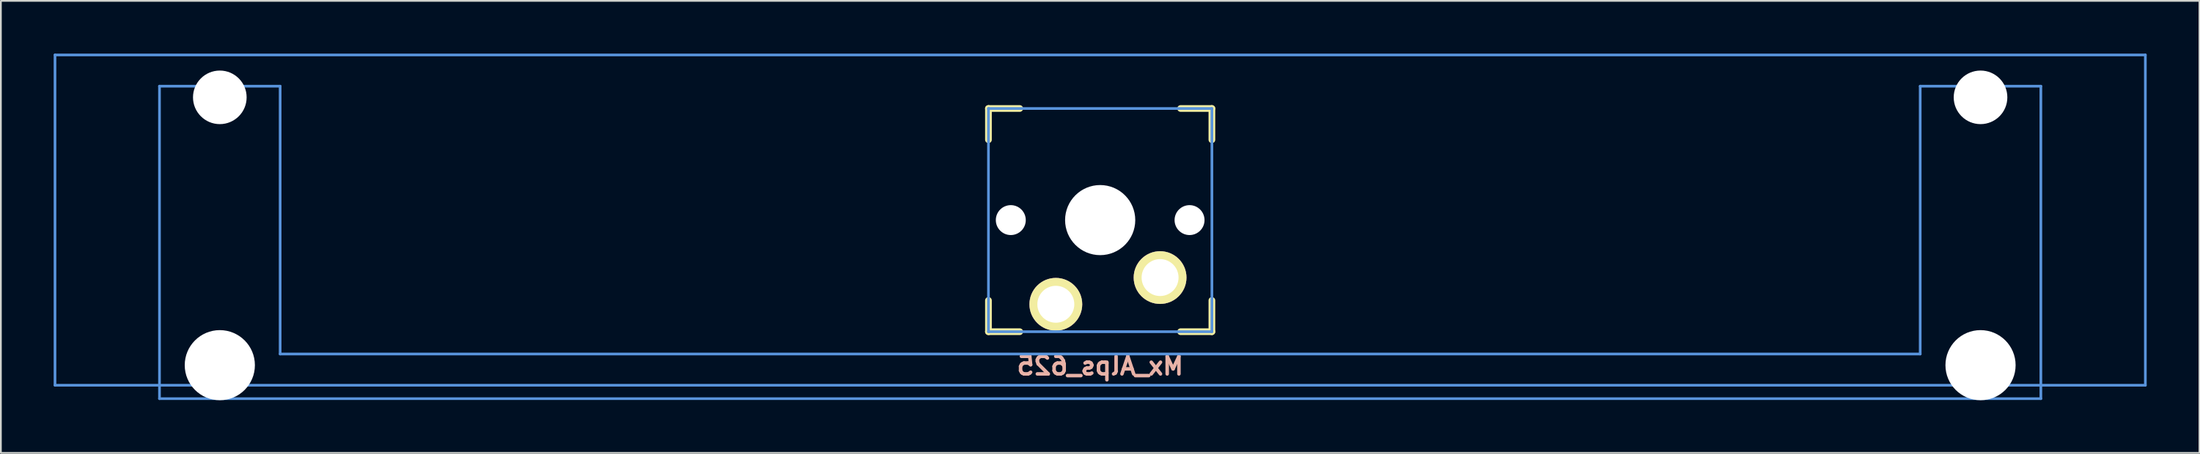
<source format=kicad_pcb>
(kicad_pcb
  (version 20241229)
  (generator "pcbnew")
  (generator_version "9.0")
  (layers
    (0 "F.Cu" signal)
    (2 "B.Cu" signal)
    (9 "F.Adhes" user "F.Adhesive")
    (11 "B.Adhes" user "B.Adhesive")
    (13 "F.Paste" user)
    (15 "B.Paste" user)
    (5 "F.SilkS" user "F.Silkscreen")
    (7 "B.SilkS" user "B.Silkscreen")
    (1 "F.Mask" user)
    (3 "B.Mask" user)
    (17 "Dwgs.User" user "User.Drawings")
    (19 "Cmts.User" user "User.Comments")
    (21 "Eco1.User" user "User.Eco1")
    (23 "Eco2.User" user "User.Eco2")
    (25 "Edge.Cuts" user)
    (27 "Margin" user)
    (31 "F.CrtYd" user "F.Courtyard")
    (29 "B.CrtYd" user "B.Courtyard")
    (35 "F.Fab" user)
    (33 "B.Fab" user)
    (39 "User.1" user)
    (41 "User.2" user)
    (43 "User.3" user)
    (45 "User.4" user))
  (footprint "Mx_Alps_625"
    (layer "F.Cu")
    (at 59.482 9.474)
    (property "Reference" "Mx_Alps_625" (at 0 8.3 0) (layer "B.SilkS") (effects (font (size 1 1) (thickness 0.2)) (justify mirror)))
    (attr through_hole)
    (fp_line (start -6.35 -6.35) (end -4.572 -6.35) (stroke (width 0.381) (type solid)) (layer "F.SilkS"))
    (fp_line (start -6.35 -4.572) (end -6.35 -6.35) (stroke (width 0.381) (type solid)) (layer "F.SilkS"))
    (fp_line (start -6.35 6.35) (end -6.35 4.572) (stroke (width 0.381) (type solid)) (layer "F.SilkS"))
    (fp_line (start -4.572 6.35) (end -6.35 6.35) (stroke (width 0.381) (type solid)) (layer "F.SilkS"))
    (fp_line (start 4.572 -6.35) (end 6.35 -6.35) (stroke (width 0.381) (type solid)) (layer "F.SilkS"))
    (fp_line (start 6.35 -6.35) (end 6.35 -4.572) (stroke (width 0.381) (type solid)) (layer "F.SilkS"))
    (fp_line (start 6.35 4.572) (end 6.35 6.35) (stroke (width 0.381) (type solid)) (layer "F.SilkS"))
    (fp_line (start 6.35 6.35) (end 4.572 6.35) (stroke (width 0.381) (type solid)) (layer "F.SilkS"))
    (fp_line (start -59.406 -9.398) (end 59.406 -9.398) (stroke (width 0.152) (type solid)) (layer "Cmts.User"))
    (fp_line (start -59.406 9.398) (end -59.406 -9.398) (stroke (width 0.152) (type solid)) (layer "Cmts.User"))
    (fp_line (start -53.467 -7.62) (end -53.467 10.16) (stroke (width 0.152) (type solid)) (layer "Cmts.User"))
    (fp_line (start -53.467 10.16) (end 53.467 10.16) (stroke (width 0.152) (type solid)) (layer "Cmts.User"))
    (fp_line (start -46.609 -7.62) (end -53.467 -7.62) (stroke (width 0.152) (type solid)) (layer "Cmts.User"))
    (fp_line (start -46.609 7.62) (end -46.609 -7.62) (stroke (width 0.152) (type solid)) (layer "Cmts.User"))
    (fp_line (start -6.35 -6.35) (end 6.35 -6.35) (stroke (width 0.152) (type solid)) (layer "Cmts.User"))
    (fp_line (start -6.35 6.35) (end -6.35 -6.35) (stroke (width 0.152) (type solid)) (layer "Cmts.User"))
    (fp_line (start 6.35 -6.35) (end 6.35 6.35) (stroke (width 0.152) (type solid)) (layer "Cmts.User"))
    (fp_line (start 6.35 6.35) (end -6.35 6.35) (stroke (width 0.152) (type solid)) (layer "Cmts.User"))
    (fp_line (start 46.609 -7.62) (end 46.609 7.62) (stroke (width 0.152) (type solid)) (layer "Cmts.User"))
    (fp_line (start 46.609 7.62) (end -46.609 7.62) (stroke (width 0.152) (type solid)) (layer "Cmts.User"))
    (fp_line (start 53.467 -7.62) (end 46.609 -7.62) (stroke (width 0.152) (type solid)) (layer "Cmts.User"))
    (fp_line (start 53.467 10.16) (end 53.467 -7.62) (stroke (width 0.152) (type solid)) (layer "Cmts.User"))
    (fp_line (start 59.406 -9.398) (end 59.406 9.398) (stroke (width 0.152) (type solid)) (layer "Cmts.User"))
    (fp_line (start 59.406 9.398) (end -59.406 9.398) (stroke (width 0.152) (type solid)) (layer "Cmts.User"))
    (fp_line (start -54.229 -2.286) (end -53.365 -2.286) (stroke (width 0.152) (type solid)) (layer "Eco2.User"))
    (fp_line (start -54.229 0.508) (end -54.229 -2.286) (stroke (width 0.152) (type solid)) (layer "Eco2.User"))
    (fp_line (start -53.365 -5.69) (end -46.711 -5.69) (stroke (width 0.152) (type solid)) (layer "Eco2.User"))
    (fp_line (start -53.365 -2.286) (end -53.365 -5.69) (stroke (width 0.152) (type solid)) (layer "Eco2.User"))
    (fp_line (start -53.365 0.508) (end -54.229 0.508) (stroke (width 0.152) (type solid)) (layer "Eco2.User"))
    (fp_line (start -53.365 6.604) (end -53.365 0.508) (stroke (width 0.152) (type solid)) (layer "Eco2.User"))
    (fp_line (start -52.324 6.604) (end -53.365 6.604) (stroke (width 0.152) (type solid)) (layer "Eco2.User"))
    (fp_line (start -52.324 7.772) (end -52.324 6.604) (stroke (width 0.152) (type solid)) (layer "Eco2.User"))
    (fp_line (start -47.752 6.604) (end -47.752 7.772) (stroke (width 0.152) (type solid)) (layer "Eco2.User"))
    (fp_line (start -47.752 7.772) (end -52.324 7.772) (stroke (width 0.152) (type solid)) (layer "Eco2.User"))
    (fp_line (start -46.711 -5.69) (end -46.711 -2.286) (stroke (width 0.152) (type solid)) (layer "Eco2.User"))
    (fp_line (start -46.711 -2.286) (end -6.985 -2.286) (stroke (width 0.152) (type solid)) (layer "Eco2.User"))
    (fp_line (start -46.711 2.286) (end -46.711 6.604) (stroke (width 0.152) (type solid)) (layer "Eco2.User"))
    (fp_line (start -46.711 6.604) (end -47.752 6.604) (stroke (width 0.152) (type solid)) (layer "Eco2.User"))
    (fp_line (start -6.985 -6.985) (end 6.985 -6.985) (stroke (width 0.152) (type solid)) (layer "Eco2.User"))
    (fp_line (start -6.985 -2.286) (end -6.985 -6.985) (stroke (width 0.152) (type solid)) (layer "Eco2.User"))
    (fp_line (start -6.985 2.286) (end -46.711 2.286) (stroke (width 0.152) (type solid)) (layer "Eco2.User"))
    (fp_line (start -6.985 6.985) (end -6.985 2.286) (stroke (width 0.152) (type solid)) (layer "Eco2.User"))
    (fp_line (start 6.985 -6.985) (end 6.985 -2.286) (stroke (width 0.152) (type solid)) (layer "Eco2.User"))
    (fp_line (start 6.985 -2.286) (end 46.711 -2.286) (stroke (width 0.152) (type solid)) (layer "Eco2.User"))
    (fp_line (start 6.985 2.286) (end 6.985 6.985) (stroke (width 0.152) (type solid)) (layer "Eco2.User"))
    (fp_line (start 6.985 6.985) (end -6.985 6.985) (stroke (width 0.152) (type solid)) (layer "Eco2.User"))
    (fp_line (start 46.711 -5.69) (end 53.365 -5.69) (stroke (width 0.152) (type solid)) (layer "Eco2.User"))
    (fp_line (start 46.711 -2.286) (end 46.711 -5.69) (stroke (width 0.152) (type solid)) (layer "Eco2.User"))
    (fp_line (start 46.711 2.286) (end 6.985 2.286) (stroke (width 0.152) (type solid)) (layer "Eco2.User"))
    (fp_line (start 46.711 6.604) (end 46.711 2.286) (stroke (width 0.152) (type solid)) (layer "Eco2.User"))
    (fp_line (start 47.752 6.604) (end 46.711 6.604) (stroke (width 0.152) (type solid)) (layer "Eco2.User"))
    (fp_line (start 47.752 7.772) (end 47.752 6.604) (stroke (width 0.152) (type solid)) (layer "Eco2.User"))
    (fp_line (start 52.324 6.604) (end 52.324 7.772) (stroke (width 0.152) (type solid)) (layer "Eco2.User"))
    (fp_line (start 52.324 7.772) (end 47.752 7.772) (stroke (width 0.152) (type solid)) (layer "Eco2.User"))
    (fp_line (start 53.365 -5.69) (end 53.365 -2.286) (stroke (width 0.152) (type solid)) (layer "Eco2.User"))
    (fp_line (start 53.365 -2.286) (end 54.229 -2.286) (stroke (width 0.152) (type solid)) (layer "Eco2.User"))
    (fp_line (start 53.365 0.508) (end 53.365 6.604) (stroke (width 0.152) (type solid)) (layer "Eco2.User"))
    (fp_line (start 53.365 6.604) (end 52.324 6.604) (stroke (width 0.152) (type solid)) (layer "Eco2.User"))
    (fp_line (start 54.229 -2.286) (end 54.229 0.508) (stroke (width 0.152) (type solid)) (layer "Eco2.User"))
    (fp_line (start 54.229 0.508) (end 53.365 0.508) (stroke (width 0.152) (type solid)) (layer "Eco2.User"))
    (pad "" np_thru_hole circle (at -50.038 -6.985) (size 3.048 3.048) (drill 3.048) (layers "*.Cu"))
    (pad "" np_thru_hole circle (at -50.038 8.255) (size 3.988 3.988) (drill 3.988) (layers "*.Cu"))
    (pad "" np_thru_hole circle (at -5.08 0) (size 1.702 1.702) (drill 1.702) (layers "*.Cu"))
    (pad "" np_thru_hole circle (at 0 0) (size 3.988 3.988) (drill 3.988) (layers "*.Cu"))
    (pad "" np_thru_hole circle (at 5.08 0) (size 1.702 1.702) (drill 1.702) (layers "*.Cu"))
    (pad "" np_thru_hole circle (at 50.038 -6.985) (size 3.048 3.048) (drill 3.048) (layers "*.Cu"))
    (pad "" np_thru_hole circle (at 50.038 8.255) (size 3.988 3.988) (drill 3.988) (layers "*.Cu"))
    (pad "1" thru_hole oval (at 3.405 3.27) (size 3 3) (drill oval 2.1) (layers "*.Cu" "*.Mask" "F.SilkS"))
    (pad "2" thru_hole oval (at -2.52 4.79) (size 3 3) (drill oval 2.1) (layers "*.Cu" "*.Mask" "F.SilkS")))
  (gr_rect
    (start -3 -3)
    (end 121.963 22.723)
    (stroke (width 0.1) (type default))
    (fill no)
    (layer "Edge.Cuts")))
</source>
